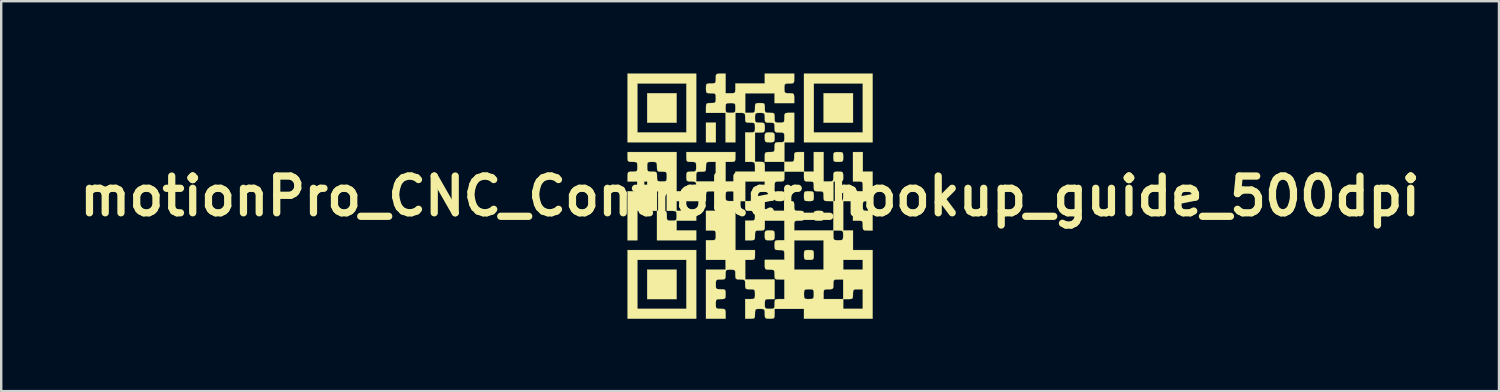
<source format=kicad_pcb>
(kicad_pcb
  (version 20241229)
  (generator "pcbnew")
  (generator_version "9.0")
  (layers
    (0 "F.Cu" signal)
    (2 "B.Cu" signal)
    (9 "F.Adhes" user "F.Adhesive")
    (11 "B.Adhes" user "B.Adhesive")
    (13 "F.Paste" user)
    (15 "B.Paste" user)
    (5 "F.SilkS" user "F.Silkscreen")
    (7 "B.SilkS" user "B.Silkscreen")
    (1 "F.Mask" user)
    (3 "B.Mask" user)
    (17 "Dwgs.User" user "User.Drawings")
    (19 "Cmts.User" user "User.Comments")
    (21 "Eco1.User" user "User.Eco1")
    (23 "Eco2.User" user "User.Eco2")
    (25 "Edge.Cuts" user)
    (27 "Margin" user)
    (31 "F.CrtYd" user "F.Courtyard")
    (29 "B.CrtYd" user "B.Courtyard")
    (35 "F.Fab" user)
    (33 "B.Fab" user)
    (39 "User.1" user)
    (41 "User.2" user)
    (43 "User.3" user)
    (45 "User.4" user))
  (footprint "motionPro_CNC_Controller_hookup_guide_500dpi"
    (layer "F.Cu")
    (at 28.056 5.085)
    (property "Reference" "motionPro_CNC_Controller_hookup_guide_500dpi" (at 0 0 0) (layer "F.SilkS") (effects (font (size 1.524 1.524) (thickness 0.3))))
    (attr through_hole)
    (fp_poly (pts (xy -3.048 -3.048) (xy -4.267 -3.048) (xy -4.267 -4.267) (xy -3.048 -4.267) (xy -3.048 -3.048)) (stroke (width 0.01) (type solid)) (fill yes) (layer "F.SilkS"))
    (fp_poly (pts (xy -3.048 4.267) (xy -4.267 4.267) (xy -4.267 3.048) (xy -3.048 3.048) (xy -3.048 4.267)) (stroke (width 0.01) (type solid)) (fill yes) (layer "F.SilkS"))
    (fp_poly (pts (xy -1.422 -2.235) (xy -1.829 -2.235) (xy -1.829 -3.048) (xy -1.422 -3.048) (xy -1.422 -2.235)) (stroke (width 0.01) (type solid)) (fill yes) (layer "F.SilkS"))
    (fp_poly (pts (xy 4.267 -3.048) (xy 3.048 -3.048) (xy 3.048 -4.267) (xy 4.267 -4.267) (xy 4.267 -3.048)) (stroke (width 0.01) (type solid)) (fill yes) (layer "F.SilkS"))
    (fp_poly (pts (xy -2.235 -2.235) (xy -5.08 -2.235) (xy -5.08 -4.674) (xy -4.674 -4.674) (xy -4.674 -2.642) (xy -2.642 -2.642) (xy -2.642 -4.674) (xy -4.674 -4.674) (xy -5.08 -4.674) (xy -5.08 -5.08) (xy -2.235 -5.08) (xy -2.235 -2.235)) (stroke (width 0.01) (type solid)) (fill yes) (layer "F.SilkS"))
    (fp_poly (pts (xy -2.235 5.08) (xy -5.08 5.08) (xy -5.08 2.642) (xy -4.674 2.642) (xy -4.674 4.674) (xy -2.642 4.674) (xy -2.642 2.642) (xy -4.674 2.642) (xy -5.08 2.642) (xy -5.08 2.235) (xy -2.235 2.235) (xy -2.235 5.08)) (stroke (width 0.01) (type solid)) (fill yes) (layer "F.SilkS"))
    (fp_poly (pts (xy 5.08 -2.235) (xy 2.235 -2.235) (xy 2.235 -4.674) (xy 2.642 -4.674) (xy 2.642 -2.642) (xy 4.674 -2.642) (xy 4.674 -4.674) (xy 2.642 -4.674) (xy 2.235 -4.674) (xy 2.235 -5.08) (xy 5.08 -5.08) (xy 5.08 -2.235)) (stroke (width 0.01) (type solid)) (fill yes) (layer "F.SilkS"))
    (fp_poly (pts (xy 0.943 -2.637) (xy 1.001 -2.602) (xy 1.016 -2.51) (xy 1.016 -2.438) (xy 1.011 -2.308) (xy 0.977 -2.251) (xy 0.884 -2.236) (xy 0.813 -2.235) (xy 0.683 -2.24) (xy 0.625 -2.274) (xy 0.61 -2.367) (xy 0.61 -2.438) (xy 0.614 -2.568) (xy 0.649 -2.626) (xy 0.742 -2.641) (xy 0.813 -2.642) (xy 0.943 -2.637)) (stroke (width 0.01) (type solid)) (fill yes) (layer "F.SilkS"))
    (fp_poly (pts (xy 0.943 1.427) (xy 1.001 1.462) (xy 1.016 1.554) (xy 1.016 1.626) (xy 1.011 1.756) (xy 0.977 1.813) (xy 0.884 1.828) (xy 0.813 1.829) (xy 0.683 1.824) (xy 0.625 1.79) (xy 0.61 1.697) (xy 0.61 1.626) (xy 0.614 1.496) (xy 0.649 1.438) (xy 0.742 1.423) (xy 0.813 1.422) (xy 0.943 1.427)) (stroke (width 0.01) (type solid)) (fill yes) (layer "F.SilkS"))
    (fp_poly (pts (xy 1.349 -0.198) (xy 1.407 -0.164) (xy 1.422 -0.071) (xy 1.422 0) (xy 1.418 0.13) (xy 1.383 0.188) (xy 1.29 0.203) (xy 1.219 0.203) (xy 1.089 0.198) (xy 1.031 0.164) (xy 1.016 0.071) (xy 1.016 0) (xy 1.021 -0.13) (xy 1.055 -0.188) (xy 1.148 -0.203) (xy 1.219 -0.203) (xy 1.349 -0.198)) (stroke (width 0.01) (type solid)) (fill yes) (layer "F.SilkS"))
    (fp_poly (pts (xy 2.568 -0.198) (xy 2.626 -0.164) (xy 2.641 -0.071) (xy 2.642 0) (xy 2.637 0.13) (xy 2.602 0.188) (xy 2.51 0.203) (xy 2.438 0.203) (xy 2.308 0.198) (xy 2.251 0.164) (xy 2.236 0.071) (xy 2.235 0) (xy 2.24 -0.13) (xy 2.274 -0.188) (xy 2.367 -0.203) (xy 2.438 -0.203) (xy 2.568 -0.198)) (stroke (width 0.01) (type solid)) (fill yes) (layer "F.SilkS"))
    (fp_poly (pts (xy 2.568 2.24) (xy 2.626 2.274) (xy 2.641 2.367) (xy 2.642 2.438) (xy 2.637 2.568) (xy 2.602 2.626) (xy 2.51 2.641) (xy 2.438 2.642) (xy 2.308 2.637) (xy 2.251 2.602) (xy 2.236 2.51) (xy 2.235 2.438) (xy 2.24 2.308) (xy 2.274 2.251) (xy 2.367 2.236) (xy 2.438 2.235) (xy 2.568 2.24)) (stroke (width 0.01) (type solid)) (fill yes) (layer "F.SilkS"))
    (fp_poly (pts (xy 2.975 0.614) (xy 3.033 0.649) (xy 3.048 0.742) (xy 3.048 0.813) (xy 3.043 0.943) (xy 3.009 1.001) (xy 2.916 1.016) (xy 2.845 1.016) (xy 2.715 1.011) (xy 2.657 0.977) (xy 2.642 0.884) (xy 2.642 0.813) (xy 2.646 0.683) (xy 2.681 0.625) (xy 2.774 0.61) (xy 2.845 0.61) (xy 2.975 0.614)) (stroke (width 0.01) (type solid)) (fill yes) (layer "F.SilkS"))
    (fp_poly (pts (xy 3.788 -1.824) (xy 3.845 -1.79) (xy 3.86 -1.697) (xy 3.861 -1.626) (xy 3.856 -1.496) (xy 3.822 -1.438) (xy 3.729 -1.423) (xy 3.658 -1.422) (xy 3.528 -1.427) (xy 3.47 -1.462) (xy 3.455 -1.554) (xy 3.454 -1.626) (xy 3.459 -1.756) (xy 3.494 -1.813) (xy 3.586 -1.828) (xy 3.658 -1.829) (xy 3.788 -1.824)) (stroke (width 0.01) (type solid)) (fill yes) (layer "F.SilkS"))
    (fp_poly (pts (xy -4.674 0.61) (xy -4.674 1.829) (xy -5.08 1.829) (xy -5.08 -0.203) (xy -4.267 -0.203) (xy -3.861 -0.203) (xy -3.861 0.61) (xy -3.658 0.61) (xy -3.528 0.614) (xy -3.47 0.649) (xy -3.455 0.742) (xy -3.454 0.813) (xy -3.45 0.943) (xy -3.415 1.001) (xy -3.322 1.016) (xy -3.251 1.016) (xy -3.121 1.011) (xy -3.063 0.977) (xy -3.048 0.884) (xy -3.048 0.813) (xy -3.053 0.683) (xy -3.087 0.625) (xy -3.18 0.61) (xy -3.251 0.61) (xy -3.454 0.61) (xy -3.454 -0.203) (xy -3.861 -0.203) (xy -4.267 -0.203) (xy -4.267 -0.61) (xy -5.08 -0.61) (xy -5.08 -0.813) (xy -5.075 -0.943) (xy -5.041 -1.001) (xy -4.948 -1.016) (xy -4.877 -1.016) (xy -4.747 -1.021) (xy -4.689 -1.055) (xy -4.674 -1.148) (xy -4.674 -1.219) (xy -4.267 -1.219) (xy -4.262 -1.089) (xy -4.228 -1.031) (xy -4.135 -1.016) (xy -4.064 -1.016) (xy -3.934 -1.011) (xy -3.876 -0.977) (xy -3.861 -0.884) (xy -3.861 -0.813) (xy -3.856 -0.683) (xy -3.822 -0.625) (xy -3.729 -0.61) (xy -3.658 -0.61) (xy -3.528 -0.614) (xy -3.47 -0.649) (xy -3.455 -0.742) (xy -3.454 -0.813) (xy -3.459 -0.943) (xy -3.494 -1.001) (xy -3.586 -1.016) (xy -3.658 -1.016) (xy -3.788 -1.021) (xy -3.845 -1.055) (xy -3.86 -1.148) (xy -3.861 -1.219) (xy -3.866 -1.349) (xy -3.9 -1.407) (xy -3.993 -1.422) (xy -4.064 -1.422) (xy -4.194 -1.418) (xy -4.252 -1.383) (xy -4.267 -1.29) (xy -4.267 -1.219) (xy -4.674 -1.219) (xy -4.678 -1.349) (xy -4.713 -1.407) (xy -4.806 -1.422) (xy -4.877 -1.422) (xy -5.007 -1.427) (xy -5.065 -1.462) (xy -5.08 -1.554) (xy -5.08 -1.626) (xy -5.08 -1.829) (xy -3.048 -1.829) (xy -3.048 -0.203) (xy -2.235 -0.203) (xy -2.235 -0.406) (xy -2.24 -0.536) (xy -2.274 -0.594) (xy -2.367 -0.609) (xy -2.438 -0.61) (xy -2.568 -0.614) (xy -2.626 -0.649) (xy -2.641 -0.742) (xy -2.642 -0.813) (xy -2.235 -0.813) (xy -2.235 -0.61) (xy -1.422 -0.61) (xy -1.422 -1.422) (xy -1.626 -1.422) (xy -1.756 -1.418) (xy -1.813 -1.383) (xy -1.828 -1.29) (xy -1.829 -1.219) (xy -1.834 -1.089) (xy -1.868 -1.031) (xy -1.961 -1.016) (xy -2.032 -1.016) (xy -2.162 -1.011) (xy -2.22 -0.977) (xy -2.235 -0.884) (xy -2.235 -0.813) (xy -2.642 -0.813) (xy -2.637 -0.943) (xy -2.602 -1.001) (xy -2.51 -1.016) (xy -2.438 -1.016) (xy -2.308 -1.021) (xy -2.251 -1.055) (xy -2.236 -1.148) (xy -2.235 -1.219) (xy -2.24 -1.349) (xy -2.274 -1.407) (xy -2.367 -1.422) (xy -2.438 -1.422) (xy -2.568 -1.427) (xy -2.626 -1.462) (xy -2.641 -1.554) (xy -2.642 -1.626) (xy -2.642 -1.829) (xy -0.61 -1.829) (xy -0.61 -1.626) (xy -0.614 -1.496) (xy -0.649 -1.438) (xy -0.742 -1.423) (xy -0.813 -1.422) (xy -1.016 -1.422) (xy -1.016 -0.61) (xy -0.813 -0.61) (xy -0.203 -0.61) (xy -0.203 0.203) (xy 0.61 0.203) (xy 0.61 0.61) (xy 1.422 0.61) (xy 1.422 0.406) (xy 1.427 0.276) (xy 1.462 0.219) (xy 1.554 0.204) (xy 1.626 0.203) (xy 1.756 0.208) (xy 1.813 0.242) (xy 1.828 0.335) (xy 1.829 0.406) (xy 1.834 0.536) (xy 1.868 0.594) (xy 1.961 0.609) (xy 2.032 0.61) (xy 2.162 0.614) (xy 2.22 0.649) (xy 2.235 0.742) (xy 2.235 0.813) (xy 2.23 0.943) (xy 2.196 1.001) (xy 2.103 1.016) (xy 2.032 1.016) (xy 1.902 1.021) (xy 1.844 1.055) (xy 1.829 1.148) (xy 1.829 1.219) (xy 1.829 1.422) (xy 3.454 1.422) (xy 3.454 1.626) (xy 3.459 1.756) (xy 3.494 1.813) (xy 3.586 1.828) (xy 3.658 1.829) (xy 3.788 1.824) (xy 3.845 1.79) (xy 3.86 1.697) (xy 3.861 1.626) (xy 3.856 1.496) (xy 3.822 1.438) (xy 3.729 1.423) (xy 3.658 1.422) (xy 3.454 1.422) (xy 3.454 0.203) (xy 3.251 0.203) (xy 3.121 0.198) (xy 3.063 0.164) (xy 3.048 0.071) (xy 3.048 0) (xy 3.043 -0.13) (xy 3.009 -0.188) (xy 2.916 -0.203) (xy 2.845 -0.203) (xy 2.715 -0.208) (xy 2.657 -0.242) (xy 2.642 -0.335) (xy 2.642 -0.406) (xy 2.637 -0.536) (xy 2.602 -0.594) (xy 2.51 -0.609) (xy 2.438 -0.61) (xy 2.308 -0.614) (xy 2.251 -0.649) (xy 2.236 -0.742) (xy 2.235 -0.813) (xy 2.235 -1.016) (xy 1.422 -1.016) (xy 1.422 -0.813) (xy 1.418 -0.683) (xy 1.383 -0.625) (xy 1.29 -0.61) (xy 1.219 -0.61) (xy 1.089 -0.605) (xy 1.031 -0.57) (xy 1.016 -0.478) (xy 1.016 -0.406) (xy 1.011 -0.276) (xy 0.977 -0.219) (xy 0.884 -0.204) (xy 0.813 -0.203) (xy 0.683 -0.208) (xy 0.625 -0.242) (xy 0.61 -0.335) (xy 0.61 -0.406) (xy 0.61 -0.61) (xy -0.203 -0.61) (xy -0.813 -0.61) (xy -0.683 -0.614) (xy -0.625 -0.649) (xy -0.61 -0.742) (xy -0.61 -0.813) (xy -0.61 -1.016) (xy 0.203 -1.016) (xy 0.203 -1.219) (xy 0.198 -1.349) (xy 0.164 -1.407) (xy 0.071 -1.422) (xy 0 -1.422) (xy -0.203 -1.422) (xy -0.203 -2.642) (xy 0 -2.642) (xy 0.13 -2.646) (xy 0.188 -2.681) (xy 0.203 -2.774) (xy 0.203 -2.845) (xy 0.198 -2.975) (xy 0.164 -3.033) (xy 0.071 -3.048) (xy 0 -3.048) (xy -0.13 -3.053) (xy -0.188 -3.087) (xy -0.203 -3.18) (xy -0.203 -3.251) (xy 0.203 -3.251) (xy 0.208 -3.121) (xy 0.242 -3.063) (xy 0.335 -3.048) (xy 0.406 -3.048) (xy 0.536 -3.043) (xy 0.594 -3.009) (xy 0.609 -2.916) (xy 0.61 -2.845) (xy 0.605 -2.715) (xy 0.57 -2.657) (xy 0.478 -2.642) (xy 0.406 -2.642) (xy 0.203 -2.642) (xy 0.203 -1.422) (xy 0.406 -1.422) (xy 0.536 -1.418) (xy 0.594 -1.383) (xy 0.609 -1.29) (xy 0.61 -1.219) (xy 0.61 -1.016) (xy 1.422 -1.016) (xy 1.422 -1.422) (xy 0.61 -1.422) (xy 0.61 -1.626) (xy 0.614 -1.756) (xy 0.649 -1.813) (xy 0.742 -1.828) (xy 0.813 -1.829) (xy 0.943 -1.834) (xy 1.001 -1.868) (xy 1.016 -1.961) (xy 1.016 -2.032) (xy 1.021 -2.162) (xy 1.055 -2.22) (xy 1.148 -2.235) (xy 1.219 -2.235) (xy 1.349 -2.24) (xy 1.407 -2.274) (xy 1.422 -2.367) (xy 1.422 -2.438) (xy 1.418 -2.568) (xy 1.383 -2.626) (xy 1.29 -2.641) (xy 1.219 -2.642) (xy 1.089 -2.646) (xy 1.031 -2.681) (xy 1.016 -2.774) (xy 1.016 -2.845) (xy 1.011 -2.975) (xy 0.977 -3.033) (xy 0.884 -3.048) (xy 0.813 -3.048) (xy 0.683 -3.053) (xy 0.625 -3.087) (xy 0.61 -3.18) (xy 0.61 -3.251) (xy 0.605 -3.381) (xy 0.57 -3.439) (xy 0.478 -3.454) (xy 0.406 -3.454) (xy 0.276 -3.45) (xy 0.219 -3.415) (xy 0.204 -3.322) (xy 0.203 -3.251) (xy -0.203 -3.251) (xy -0.208 -3.381) (xy -0.242 -3.439) (xy -0.335 -3.454) (xy -0.406 -3.454) (xy -0.61 -3.454) (xy -0.61 -2.235) (xy -1.016 -2.235) (xy -1.016 -3.454) (xy -1.829 -3.454) (xy -1.829 -3.658) (xy -1.016 -3.658) (xy -1.011 -3.528) (xy -0.977 -3.47) (xy -0.884 -3.455) (xy -0.813 -3.454) (xy -0.683 -3.459) (xy -0.625 -3.494) (xy -0.61 -3.586) (xy -0.61 -3.658) (xy -0.614 -3.788) (xy -0.649 -3.845) (xy -0.742 -3.86) (xy -0.813 -3.861) (xy -0.943 -3.856) (xy -1.001 -3.822) (xy -1.016 -3.729) (xy -1.016 -3.658) (xy -1.829 -3.658) (xy -1.824 -3.788) (xy -1.79 -3.845) (xy -1.697 -3.86) (xy -1.626 -3.861) (xy -1.496 -3.866) (xy -1.438 -3.9) (xy -1.423 -3.993) (xy -1.422 -4.064) (xy -1.427 -4.194) (xy -1.462 -4.252) (xy -1.554 -4.267) (xy -1.626 -4.267) (xy -1.756 -4.272) (xy -1.813 -4.306) (xy -1.828 -4.399) (xy -1.829 -4.47) (xy -1.824 -4.6) (xy -1.79 -4.658) (xy -1.697 -4.673) (xy -1.626 -4.674) (xy -1.496 -4.678) (xy -1.438 -4.713) (xy -1.423 -4.806) (xy -1.422 -4.877) (xy -1.418 -5.007) (xy -1.383 -5.065) (xy -1.29 -5.08) (xy -1.219 -5.08) (xy -1.016 -5.08) (xy -1.016 -4.267) (xy -0.813 -4.267) (xy -0.683 -4.272) (xy -0.625 -4.306) (xy -0.61 -4.399) (xy -0.61 -4.47) (xy -0.61 -4.674) (xy 0.61 -4.674) (xy 0.61 -5.08) (xy 1.829 -5.08) (xy 1.829 -4.877) (xy 1.824 -4.747) (xy 1.79 -4.689) (xy 1.697 -4.674) (xy 1.626 -4.674) (xy 1.496 -4.669) (xy 1.438 -4.634) (xy 1.423 -4.542) (xy 1.422 -4.47) (xy 1.427 -4.34) (xy 1.462 -4.283) (xy 1.554 -4.268) (xy 1.626 -4.267) (xy 1.756 -4.262) (xy 1.813 -4.228) (xy 1.828 -4.135) (xy 1.829 -4.064) (xy 1.829 -3.861) (xy 1.016 -3.861) (xy 1.016 -4.267) (xy -0.203 -4.267) (xy -0.203 -3.454) (xy 0 -3.454) (xy 0.13 -3.459) (xy 0.188 -3.494) (xy 0.203 -3.586) (xy 0.203 -3.658) (xy 0.208 -3.788) (xy 0.242 -3.845) (xy 0.335 -3.86) (xy 0.406 -3.861) (xy 0.536 -3.856) (xy 0.594 -3.822) (xy 0.609 -3.729) (xy 0.61 -3.658) (xy 0.614 -3.528) (xy 0.649 -3.47) (xy 0.742 -3.455) (xy 0.813 -3.454) (xy 0.943 -3.45) (xy 1.001 -3.415) (xy 1.016 -3.322) (xy 1.016 -3.251) (xy 1.021 -3.121) (xy 1.055 -3.063) (xy 1.148 -3.048) (xy 1.219 -3.048) (xy 1.349 -3.053) (xy 1.407 -3.087) (xy 1.422 -3.18) (xy 1.422 -3.251) (xy 1.427 -3.381) (xy 1.462 -3.439) (xy 1.554 -3.454) (xy 1.626 -3.454) (xy 1.829 -3.454) (xy 1.829 -2.235) (xy 1.422 -2.235) (xy 1.422 -1.422) (xy 1.626 -1.422) (xy 1.756 -1.427) (xy 1.813 -1.462) (xy 1.828 -1.554) (xy 1.829 -1.626) (xy 1.834 -1.756) (xy 1.868 -1.813) (xy 1.961 -1.828) (xy 2.032 -1.829) (xy 2.235 -1.829) (xy 2.235 -1.016) (xy 2.642 -1.016) (xy 2.642 -1.829) (xy 3.048 -1.829) (xy 3.048 -0.61) (xy 3.251 -0.61) (xy 3.381 -0.614) (xy 3.439 -0.649) (xy 3.454 -0.742) (xy 3.454 -0.813) (xy 3.459 -0.943) (xy 3.494 -1.001) (xy 3.586 -1.016) (xy 3.658 -1.016) (xy 3.788 -1.011) (xy 3.845 -0.977) (xy 3.86 -0.884) (xy 3.861 -0.813) (xy 3.856 -0.683) (xy 3.822 -0.625) (xy 3.729 -0.61) (xy 3.658 -0.61) (xy 3.454 -0.61) (xy 3.454 0.203) (xy 3.658 0.203) (xy 3.788 0.198) (xy 3.845 0.164) (xy 3.86 0.071) (xy 3.861 0) (xy 3.861 -0.203) (xy 4.674 -0.203) (xy 4.674 -0.406) (xy 4.669 -0.536) (xy 4.634 -0.594) (xy 4.542 -0.609) (xy 4.47 -0.61) (xy 4.267 -0.61) (xy 4.267 -1.829) (xy 4.674 -1.829) (xy 4.674 -1.016) (xy 5.08 -1.016) (xy 5.08 0.203) (xy 4.877 0.203) (xy 4.747 0.208) (xy 4.689 0.242) (xy 4.674 0.335) (xy 4.674 0.406) (xy 4.678 0.536) (xy 4.713 0.594) (xy 4.806 0.609) (xy 4.877 0.61) (xy 5.08 0.61) (xy 5.08 1.422) (xy 4.877 1.422) (xy 4.747 1.418) (xy 4.689 1.383) (xy 4.674 1.29) (xy 4.674 1.219) (xy 4.669 1.089) (xy 4.634 1.031) (xy 4.542 1.016) (xy 4.47 1.016) (xy 4.267 1.016) (xy 4.267 0.203) (xy 3.861 0.203) (xy 3.861 1.422) (xy 4.267 1.422) (xy 4.267 2.235) (xy 5.08 2.235) (xy 5.08 5.08) (xy 2.235 5.08) (xy 2.235 4.674) (xy 1.016 4.674) (xy 1.016 4.877) (xy 1.011 5.007) (xy 0.977 5.065) (xy 0.884 5.08) (xy 0.813 5.08) (xy 0.683 5.075) (xy 0.625 5.041) (xy 0.61 4.948) (xy 0.61 4.877) (xy 0.605 4.747) (xy 0.57 4.689) (xy 0.478 4.674) (xy 0.406 4.674) (xy 0.276 4.678) (xy 0.219 4.713) (xy 0.204 4.806) (xy 0.203 4.877) (xy 0.198 5.007) (xy 0.164 5.065) (xy 0.071 5.08) (xy 0 5.08) (xy -0.203 5.08) (xy -0.203 4.267) (xy 0 4.267) (xy 0.13 4.262) (xy 0.188 4.228) (xy 0.203 4.135) (xy 0.203 4.064) (xy 0.198 3.934) (xy 0.164 3.876) (xy 0.071 3.861) (xy 0 3.861) (xy -0.13 3.856) (xy -0.188 3.822) (xy -0.203 3.729) (xy -0.203 3.658) (xy -0.208 3.528) (xy -0.242 3.47) (xy -0.335 3.455) (xy -0.406 3.454) (xy -0.536 3.45) (xy -0.594 3.415) (xy -0.609 3.322) (xy -0.61 3.251) (xy -0.614 3.121) (xy -0.649 3.063) (xy -0.742 3.048) (xy -0.813 3.048) (xy -0.943 3.053) (xy -1.001 3.087) (xy -1.016 3.18) (xy -1.016 3.251) (xy -1.021 3.381) (xy -1.055 3.439) (xy -1.148 3.454) (xy -1.219 3.454) (xy -1.349 3.459) (xy -1.407 3.494) (xy -1.422 3.586) (xy -1.422 3.658) (xy -1.418 3.788) (xy -1.383 3.845) (xy -1.29 3.86) (xy -1.219 3.861) (xy -1.089 3.866) (xy -1.031 3.9) (xy -1.016 3.993) (xy -1.016 4.064) (xy -1.021 4.194) (xy -1.055 4.252) (xy -1.148 4.267) (xy -1.219 4.267) (xy -1.349 4.272) (xy -1.407 4.306) (xy -1.422 4.399) (xy -1.422 4.47) (xy -1.418 4.6) (xy -1.383 4.658) (xy -1.29 4.673) (xy -1.219 4.674) (xy -1.089 4.678) (xy -1.031 4.713) (xy -1.016 4.806) (xy -1.016 4.877) (xy -1.016 5.08) (xy -1.829 5.08) (xy -1.829 3.048) (xy -1.016 3.048) (xy -1.016 2.642) (xy -1.829 2.642) (xy -1.829 1.829) (xy -1.626 1.829) (xy -1.496 1.824) (xy -1.438 1.79) (xy -1.423 1.697) (xy -1.422 1.626) (xy -1.427 1.496) (xy -1.462 1.438) (xy -1.554 1.423) (xy -1.626 1.422) (xy -1.829 1.422) (xy -1.829 0.61) (xy -1.422 0.61) (xy -1.422 0) (xy -1.016 0) (xy -1.011 0.13) (xy -0.977 0.188) (xy -0.884 0.203) (xy -0.813 0.203) (xy -0.61 0.203) (xy -0.61 2.235) (xy 0.203 2.235) (xy 0.203 2.438) (xy 0.198 2.568) (xy 0.164 2.626) (xy 0.071 2.641) (xy 0 2.642) (xy -0.203 2.642) (xy -0.203 3.454) (xy 1.016 3.454) (xy 1.016 4.267) (xy 0.813 4.267) (xy 0.683 4.272) (xy 0.625 4.306) (xy 0.61 4.399) (xy 0.61 4.47) (xy 0.614 4.6) (xy 0.649 4.658) (xy 0.742 4.673) (xy 0.813 4.674) (xy 0.943 4.669) (xy 1.001 4.634) (xy 1.016 4.542) (xy 1.016 4.47) (xy 1.021 4.34) (xy 1.055 4.283) (xy 1.148 4.268) (xy 1.219 4.267) (xy 1.422 4.267) (xy 1.422 4.064) (xy 2.235 4.064) (xy 2.24 4.194) (xy 2.274 4.252) (xy 2.367 4.267) (xy 2.438 4.267) (xy 2.568 4.262) (xy 2.626 4.228) (xy 2.641 4.135) (xy 2.642 4.064) (xy 3.048 4.064) (xy 3.048 4.267) (xy 3.861 4.267) (xy 3.861 4.674) (xy 4.674 4.674) (xy 4.674 3.861) (xy 4.47 3.861) (xy 4.34 3.866) (xy 4.283 3.9) (xy 4.268 3.993) (xy 4.267 4.064) (xy 4.262 4.194) (xy 4.228 4.252) (xy 4.135 4.267) (xy 4.064 4.267) (xy 3.861 4.267) (xy 3.861 3.454) (xy 3.658 3.454) (xy 3.528 3.459) (xy 3.47 3.494) (xy 3.455 3.586) (xy 3.454 3.658) (xy 3.45 3.788) (xy 3.415 3.845) (xy 3.322 3.86) (xy 3.251 3.861) (xy 3.121 3.866) (xy 3.063 3.9) (xy 3.048 3.993) (xy 3.048 4.064) (xy 2.642 4.064) (xy 2.637 3.934) (xy 2.602 3.876) (xy 2.51 3.861) (xy 2.438 3.861) (xy 2.308 3.866) (xy 2.251 3.9) (xy 2.236 3.993) (xy 2.235 4.064) (xy 1.422 4.064) (xy 1.422 3.454) (xy 1.219 3.454) (xy 1.089 3.45) (xy 1.031 3.415) (xy 1.016 3.322) (xy 1.016 3.251) (xy 1.011 3.121) (xy 0.977 3.063) (xy 0.884 3.048) (xy 0.813 3.048) (xy 0.683 3.043) (xy 0.625 3.009) (xy 0.61 2.916) (xy 0.61 2.845) (xy 0.61 2.642) (xy 1.422 2.642) (xy 1.422 2.438) (xy 1.418 2.308) (xy 1.383 2.251) (xy 1.29 2.236) (xy 1.219 2.235) (xy 1.089 2.23) (xy 1.031 2.196) (xy 1.016 2.103) (xy 1.016 2.032) (xy 1.021 1.902) (xy 1.055 1.844) (xy 1.148 1.829) (xy 1.219 1.829) (xy 1.422 1.829) (xy 1.829 1.829) (xy 1.829 3.048) (xy 3.048 3.048) (xy 3.048 2.642) (xy 3.861 2.642) (xy 3.861 3.048) (xy 4.674 3.048) (xy 4.674 2.642) (xy 3.861 2.642) (xy 3.048 2.642) (xy 3.048 1.829) (xy 1.829 1.829) (xy 1.422 1.829) (xy 1.422 1.016) (xy 0.61 1.016) (xy 0.61 1.219) (xy 0.605 1.349) (xy 0.57 1.407) (xy 0.478 1.422) (xy 0.406 1.422) (xy 0.276 1.427) (xy 0.219 1.462) (xy 0.204 1.554) (xy 0.203 1.626) (xy 0.198 1.756) (xy 0.164 1.813) (xy 0.071 1.828) (xy 0 1.829) (xy -0.203 1.829) (xy -0.203 1.016) (xy 0 1.016) (xy 0.13 1.011) (xy 0.188 0.977) (xy 0.203 0.884) (xy 0.203 0.813) (xy 0.198 0.683) (xy 0.164 0.625) (xy 0.071 0.61) (xy 0 0.61) (xy -0.13 0.605) (xy -0.188 0.57) (xy -0.203 0.478) (xy -0.203 0.406) (xy -0.203 0.203) (xy -0.406 0.203) (xy -0.536 0.198) (xy -0.594 0.164) (xy -0.609 0.071) (xy -0.61 0) (xy -0.614 -0.13) (xy -0.649 -0.188) (xy -0.742 -0.203) (xy -0.813 -0.203) (xy -0.943 -0.198) (xy -1.001 -0.164) (xy -1.016 -0.071) (xy -1.016 0) (xy -1.422 0) (xy -1.422 -0.203) (xy -1.626 -0.203) (xy -1.756 -0.198) (xy -1.813 -0.164) (xy -1.828 -0.071) (xy -1.829 0) (xy -1.829 0.203) (xy -3.048 0.203) (xy -3.048 0.61) (xy -2.235 0.61) (xy -2.235 1.016) (xy -3.048 1.016) (xy -3.048 1.422) (xy -2.235 1.422) (xy -2.235 1.829) (xy -3.861 1.829) (xy -3.861 0.61) (xy -4.674 0.61)) (stroke (width 0.01) (type solid)) (fill yes) (layer "F.SilkS")))
  (gr_rect
    (start -3 -3)
    (end 59.112 13.17)
    (stroke (width 0.1) (type default))
    (fill no)
    (layer "Edge.Cuts")))
</source>
